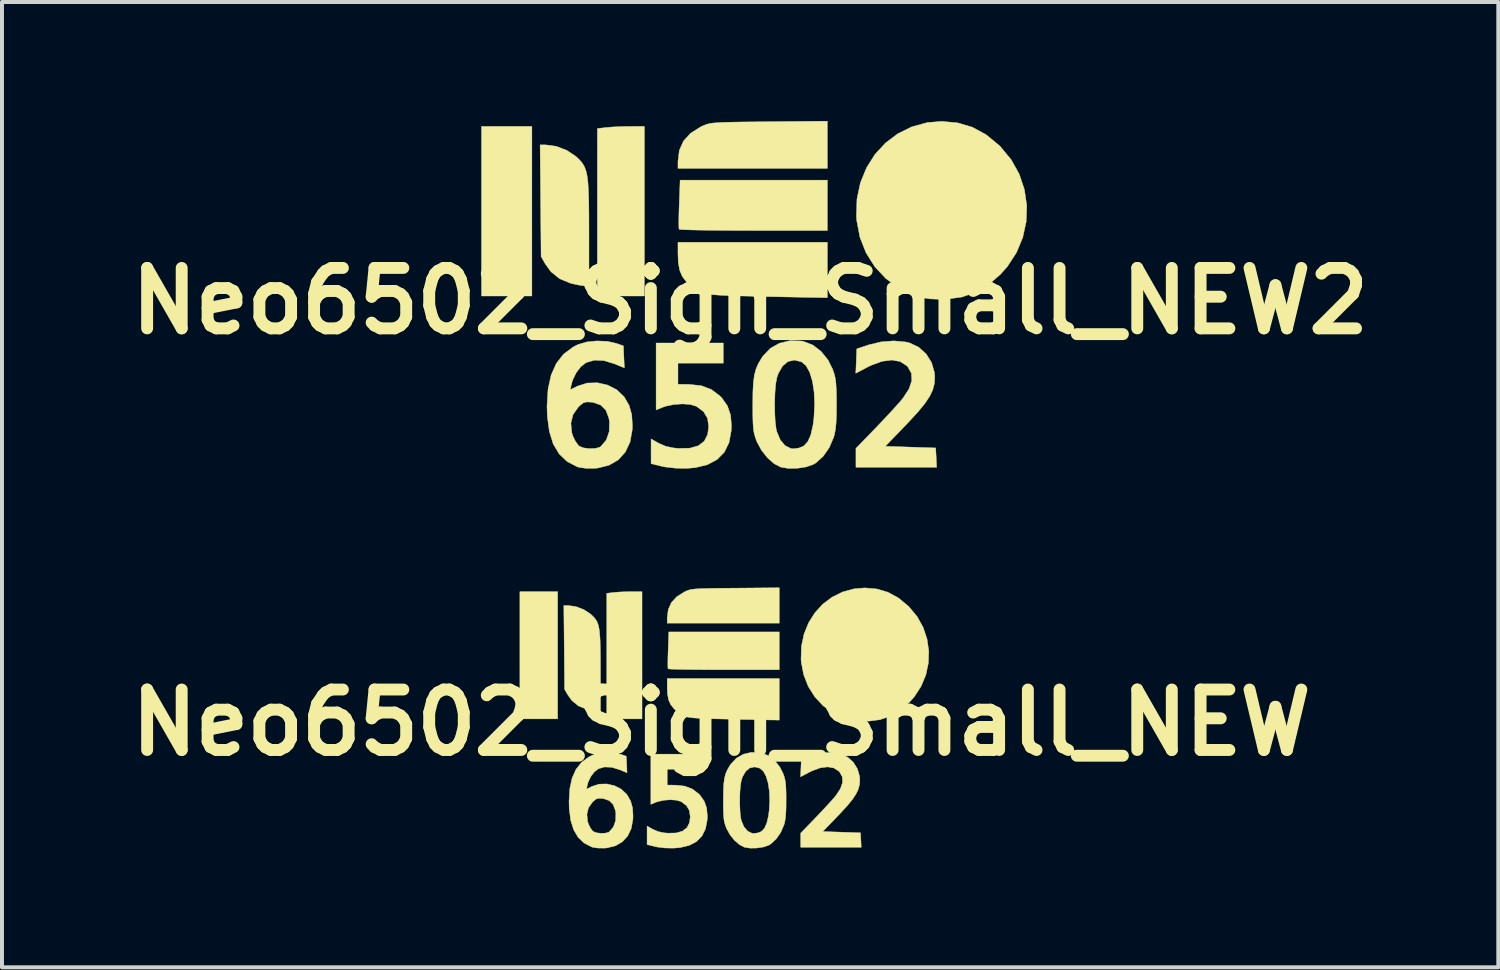
<source format=kicad_pcb>
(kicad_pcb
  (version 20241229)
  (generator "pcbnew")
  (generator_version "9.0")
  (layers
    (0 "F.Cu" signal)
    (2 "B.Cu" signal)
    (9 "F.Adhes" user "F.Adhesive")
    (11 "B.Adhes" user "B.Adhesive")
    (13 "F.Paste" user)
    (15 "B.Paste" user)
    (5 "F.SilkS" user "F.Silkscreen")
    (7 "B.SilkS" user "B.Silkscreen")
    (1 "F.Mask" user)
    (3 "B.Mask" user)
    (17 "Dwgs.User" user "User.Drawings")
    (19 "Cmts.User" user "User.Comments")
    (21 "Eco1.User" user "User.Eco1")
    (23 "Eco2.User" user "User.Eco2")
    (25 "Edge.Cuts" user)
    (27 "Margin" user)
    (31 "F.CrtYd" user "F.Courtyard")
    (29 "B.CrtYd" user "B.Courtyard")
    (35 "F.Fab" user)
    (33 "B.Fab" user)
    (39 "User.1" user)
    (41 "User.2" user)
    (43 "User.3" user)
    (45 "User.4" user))
  (footprint "Neo6502_Sign_Small_NEW2"
    (layer "F.Cu")
    (at 15.864 4.54)
    (property "Reference" "Neo6502_Sign_Small_NEW2" (at 0 0 0) (layer "F.SilkS") (effects (font (size 1.524 1.524) (thickness 0.3))))
    (attr through_hole)
    (fp_poly (pts (xy -5.503 -0.127) (xy -6.773 -0.127) (xy -6.773 -4.403) (xy -5.503 -4.403) (xy -5.503 -0.127)) (stroke (width 0.01) (type solid)) (fill yes) (layer "F.SilkS"))
    (fp_poly (pts (xy -2.667 -0.127) (xy -3.852 -0.127) (xy -3.852 -4.349) (xy -3.63 -4.375) (xy -3.479 -4.388) (xy -3.282 -4.398) (xy -3.076 -4.402) (xy -3.037 -4.402) (xy -2.667 -4.403) (xy -2.667 -0.127)) (stroke (width 0.01) (type solid)) (fill yes) (layer "F.SilkS"))
    (fp_poly (pts (xy 1.947 -1.778) (xy 0.087 -1.778) (xy -0.301 -1.779) (xy -0.663 -1.781) (xy -0.99 -1.784) (xy -1.272 -1.788) (xy -1.502 -1.793) (xy -1.671 -1.799) (xy -1.769 -1.805) (xy -1.792 -1.81) (xy -1.797 -1.861) (xy -1.799 -1.982) (xy -1.797 -2.154) (xy -1.791 -2.363) (xy -1.788 -2.445) (xy -1.766 -3.048) (xy 1.947 -3.048) (xy 1.947 -1.778)) (stroke (width 0.01) (type solid)) (fill yes) (layer "F.SilkS"))
    (fp_poly (pts (xy 1.947 -3.344) (xy -1.82 -3.344) (xy -1.82 -3.524) (xy -1.785 -3.802) (xy -1.679 -4.037) (xy -1.499 -4.233) (xy -1.244 -4.394) (xy -1.206 -4.411) (xy -1.147 -4.437) (xy -1.089 -4.458) (xy -1.021 -4.475) (xy -0.934 -4.488) (xy -0.819 -4.497) (xy -0.666 -4.505) (xy -0.465 -4.51) (xy -0.208 -4.515) (xy 0.116 -4.518) (xy 0.476 -4.522) (xy 1.947 -4.535) (xy 1.947 -3.344)) (stroke (width 0.01) (type solid)) (fill yes) (layer "F.SilkS"))
    (fp_poly (pts (xy 1.947 -0.085) (xy 1.429 -0.093) (xy 1.23 -0.097) (xy 0.968 -0.102) (xy 0.663 -0.108) (xy 0.336 -0.115) (xy 0.008 -0.123) (xy -0.106 -0.125) (xy -0.456 -0.134) (xy -0.733 -0.145) (xy -0.949 -0.161) (xy -1.117 -0.184) (xy -1.247 -0.217) (xy -1.351 -0.264) (xy -1.443 -0.326) (xy -1.532 -0.407) (xy -1.599 -0.475) (xy -1.708 -0.615) (xy -1.777 -0.775) (xy -1.812 -0.976) (xy -1.82 -1.196) (xy -1.82 -1.482) (xy 1.947 -1.482) (xy 1.947 -0.085)) (stroke (width 0.01) (type solid)) (fill yes) (layer "F.SilkS"))
    (fp_poly (pts (xy -4.888 -3.901) (xy -4.624 -3.8) (xy -4.398 -3.65) (xy -4.378 -3.632) (xy -4.298 -3.555) (xy -4.232 -3.478) (xy -4.181 -3.393) (xy -4.141 -3.289) (xy -4.111 -3.159) (xy -4.09 -2.992) (xy -4.077 -2.778) (xy -4.069 -2.51) (xy -4.065 -2.176) (xy -4.064 -1.769) (xy -4.064 -1.707) (xy -4.064 -0.381) (xy -4.18 -0.384) (xy -4.287 -0.396) (xy -4.435 -0.426) (xy -4.53 -0.449) (xy -4.804 -0.562) (xy -5.024 -0.74) (xy -5.165 -0.935) (xy -5.271 -1.122) (xy -5.283 -2.529) (xy -5.296 -3.937) (xy -5.153 -3.937) (xy -4.888 -3.901)) (stroke (width 0.01) (type solid)) (fill yes) (layer "F.SilkS"))
    (fp_poly (pts (xy 5.231 -4.493) (xy 5.603 -4.383) (xy 5.949 -4.195) (xy 6.276 -3.926) (xy 6.308 -3.895) (xy 6.582 -3.564) (xy 6.785 -3.199) (xy 6.915 -2.811) (xy 6.974 -2.408) (xy 6.96 -2.003) (xy 6.874 -1.604) (xy 6.716 -1.223) (xy 6.486 -0.87) (xy 6.311 -0.673) (xy 6.002 -0.406) (xy 5.681 -0.217) (xy 5.331 -0.099) (xy 4.939 -0.047) (xy 4.784 -0.044) (xy 4.527 -0.055) (xy 4.309 -0.092) (xy 4.144 -0.143) (xy 3.759 -0.322) (xy 3.423 -0.566) (xy 3.142 -0.866) (xy 2.922 -1.216) (xy 2.768 -1.607) (xy 2.687 -2.031) (xy 2.679 -2.138) (xy 2.693 -2.573) (xy 2.78 -2.982) (xy 2.933 -3.358) (xy 3.145 -3.695) (xy 3.411 -3.984) (xy 3.723 -4.219) (xy 4.076 -4.393) (xy 4.463 -4.499) (xy 4.826 -4.53) (xy 5.231 -4.493)) (stroke (width 0.01) (type solid)) (fill yes) (layer "F.SilkS"))
    (fp_poly (pts (xy 3.92 1.032) (xy 4.012 1.053) (xy 4.245 1.161) (xy 4.436 1.332) (xy 4.574 1.551) (xy 4.647 1.803) (xy 4.655 1.926) (xy 4.644 2.087) (xy 4.603 2.241) (xy 4.527 2.402) (xy 4.409 2.579) (xy 4.242 2.784) (xy 4.018 3.028) (xy 3.928 3.123) (xy 3.408 3.662) (xy 4.043 3.683) (xy 4.678 3.704) (xy 4.691 3.948) (xy 4.703 4.191) (xy 2.667 4.191) (xy 2.667 3.715) (xy 3.177 3.188) (xy 3.359 2.997) (xy 3.534 2.81) (xy 3.687 2.642) (xy 3.804 2.509) (xy 3.853 2.45) (xy 4.005 2.217) (xy 4.076 2.008) (xy 4.066 1.822) (xy 3.975 1.66) (xy 3.95 1.634) (xy 3.785 1.526) (xy 3.576 1.488) (xy 3.33 1.519) (xy 3.051 1.62) (xy 2.938 1.676) (xy 2.663 1.822) (xy 2.676 1.514) (xy 2.688 1.206) (xy 2.985 1.106) (xy 3.298 1.03) (xy 3.62 1.005) (xy 3.92 1.032)) (stroke (width 0.01) (type solid)) (fill yes) (layer "F.SilkS"))
    (fp_poly (pts (xy -0.677 1.566) (xy -1.82 1.566) (xy -1.82 2.099) (xy -1.534 2.102) (xy -1.23 2.135) (xy -0.975 2.232) (xy -0.758 2.397) (xy -0.711 2.446) (xy -0.573 2.644) (xy -0.494 2.871) (xy -0.471 3.143) (xy -0.477 3.271) (xy -0.532 3.568) (xy -0.651 3.811) (xy -0.834 3.997) (xy -1.08 4.128) (xy -1.388 4.202) (xy -1.601 4.219) (xy -1.884 4.214) (xy -2.143 4.184) (xy -2.233 4.166) (xy -2.498 4.1) (xy -2.498 3.477) (xy -2.302 3.587) (xy -2.131 3.662) (xy -1.933 3.704) (xy -1.8 3.716) (xy -1.522 3.71) (xy -1.309 3.65) (xy -1.159 3.536) (xy -1.072 3.366) (xy -1.045 3.169) (xy -1.074 2.957) (xy -1.173 2.791) (xy -1.346 2.66) (xy -1.358 2.654) (xy -1.507 2.608) (xy -1.705 2.594) (xy -1.922 2.609) (xy -2.129 2.652) (xy -2.217 2.683) (xy -2.371 2.747) (xy -2.371 1.058) (xy -0.677 1.058) (xy -0.677 1.566)) (stroke (width 0.01) (type solid)) (fill yes) (layer "F.SilkS"))
    (fp_poly (pts (xy -3.599 1.017) (xy -3.368 1.069) (xy -3.365 1.07) (xy -3.196 1.13) (xy -3.184 1.408) (xy -3.171 1.685) (xy -3.417 1.585) (xy -3.689 1.501) (xy -3.927 1.491) (xy -4.133 1.551) (xy -4.265 1.65) (xy -4.385 1.807) (xy -4.476 1.994) (xy -4.507 2.102) (xy -4.535 2.235) (xy -4.352 2.145) (xy -4.109 2.068) (xy -3.85 2.061) (xy -3.596 2.118) (xy -3.367 2.235) (xy -3.185 2.407) (xy -3.171 2.425) (xy -3.051 2.634) (xy -2.986 2.863) (xy -2.969 3.137) (xy -2.973 3.249) (xy -3.028 3.555) (xy -3.147 3.808) (xy -3.326 4.006) (xy -3.561 4.141) (xy -3.847 4.212) (xy -3.926 4.218) (xy -4.143 4.218) (xy -4.32 4.192) (xy -4.365 4.178) (xy -4.617 4.045) (xy -4.816 3.855) (xy -4.965 3.604) (xy -5.063 3.288) (xy -5.091 3.079) (xy -4.52 3.079) (xy -4.498 3.315) (xy -4.468 3.41) (xy -4.405 3.538) (xy -4.332 3.638) (xy -4.305 3.662) (xy -4.198 3.703) (xy -4.053 3.721) (xy -3.905 3.716) (xy -3.791 3.686) (xy -3.768 3.671) (xy -3.628 3.505) (xy -3.554 3.293) (xy -3.547 3.047) (xy -3.564 2.946) (xy -3.638 2.753) (xy -3.767 2.624) (xy -3.954 2.557) (xy -3.997 2.551) (xy -4.121 2.544) (xy -4.206 2.567) (xy -4.293 2.635) (xy -4.334 2.675) (xy -4.465 2.862) (xy -4.52 3.079) (xy -5.091 3.079) (xy -5.114 2.907) (xy -5.122 2.648) (xy -5.096 2.225) (xy -5.018 1.868) (xy -4.888 1.573) (xy -4.702 1.337) (xy -4.46 1.157) (xy -4.339 1.096) (xy -4.12 1.032) (xy -3.862 1.006) (xy -3.599 1.017)) (stroke (width 0.01) (type solid)) (fill yes) (layer "F.SilkS"))
    (fp_poly (pts (xy 1.291 1.008) (xy 1.344 1.018) (xy 1.578 1.108) (xy 1.789 1.27) (xy 1.966 1.491) (xy 2.077 1.714) (xy 2.117 1.827) (xy 2.145 1.937) (xy 2.162 2.063) (xy 2.172 2.225) (xy 2.177 2.442) (xy 2.178 2.582) (xy 2.176 2.864) (xy 2.167 3.079) (xy 2.149 3.247) (xy 2.121 3.385) (xy 2.106 3.437) (xy 1.995 3.695) (xy 1.841 3.916) (xy 1.657 4.081) (xy 1.588 4.122) (xy 1.412 4.183) (xy 1.192 4.217) (xy 0.967 4.22) (xy 0.775 4.189) (xy 0.772 4.188) (xy 0.607 4.103) (xy 0.44 3.956) (xy 0.29 3.769) (xy 0.176 3.561) (xy 0.165 3.535) (xy 0.127 3.43) (xy 0.1 3.331) (xy 0.082 3.219) (xy 0.072 3.078) (xy 0.067 2.889) (xy 0.066 2.634) (xy 0.066 2.603) (xy 0.067 2.54) (xy 0.618 2.54) (xy 0.62 2.79) (xy 0.631 3.021) (xy 0.653 3.209) (xy 0.67 3.289) (xy 0.759 3.501) (xy 0.881 3.646) (xy 1.029 3.719) (xy 1.095 3.725) (xy 1.229 3.706) (xy 1.344 3.66) (xy 1.35 3.656) (xy 1.452 3.547) (xy 1.529 3.376) (xy 1.584 3.134) (xy 1.608 2.946) (xy 1.626 2.611) (xy 1.613 2.3) (xy 1.571 2.025) (xy 1.502 1.798) (xy 1.409 1.63) (xy 1.294 1.533) (xy 1.293 1.532) (xy 1.114 1.489) (xy 0.954 1.525) (xy 0.818 1.638) (xy 0.711 1.824) (xy 0.673 1.935) (xy 0.645 2.087) (xy 0.627 2.297) (xy 0.618 2.54) (xy 0.067 2.54) (xy 0.069 2.298) (xy 0.081 2.06) (xy 0.106 1.872) (xy 0.146 1.718) (xy 0.205 1.58) (xy 0.288 1.441) (xy 0.325 1.386) (xy 0.508 1.193) (xy 0.739 1.063) (xy 1.005 1) (xy 1.291 1.008)) (stroke (width 0.01) (type solid)) (fill yes) (layer "F.SilkS")))
  (footprint "Neo6502_Sign_Small_NEW"
    (layer "F.Cu")
    (at 15.138 15.17)
    (property "Reference" "Neo6502_Sign_Small_NEW" (at 0 0 0) (layer "F.SilkS") (effects (font (size 1.524 1.524) (thickness 0.3))))
    (attr through_hole)
    (fp_poly (pts (xy -4.128 -0.095) (xy -5.08 -0.095) (xy -5.08 -3.302) (xy -4.128 -3.302) (xy -4.128 -0.095)) (stroke (width 0.01) (type solid)) (fill yes) (layer "F.SilkS"))
    (fp_poly (pts (xy -2 -0.095) (xy -2.889 -0.095) (xy -2.889 -3.261) (xy -2.723 -3.281) (xy -2.61 -3.291) (xy -2.462 -3.298) (xy -2.307 -3.302) (xy -2.278 -3.302) (xy -2 -3.302) (xy -2 -0.095)) (stroke (width 0.01) (type solid)) (fill yes) (layer "F.SilkS"))
    (fp_poly (pts (xy 1.46 -1.333) (xy 0.065 -1.333) (xy -0.226 -1.334) (xy -0.497 -1.336) (xy -0.742 -1.338) (xy -0.954 -1.341) (xy -1.127 -1.345) (xy -1.253 -1.349) (xy -1.327 -1.354) (xy -1.344 -1.357) (xy -1.348 -1.396) (xy -1.349 -1.486) (xy -1.348 -1.616) (xy -1.343 -1.772) (xy -1.341 -1.834) (xy -1.325 -2.286) (xy 1.46 -2.286) (xy 1.46 -1.333)) (stroke (width 0.01) (type solid)) (fill yes) (layer "F.SilkS"))
    (fp_poly (pts (xy 1.46 -2.508) (xy -1.365 -2.508) (xy -1.365 -2.643) (xy -1.339 -2.851) (xy -1.259 -3.028) (xy -1.124 -3.175) (xy -0.933 -3.295) (xy -0.905 -3.308) (xy -0.861 -3.328) (xy -0.817 -3.344) (xy -0.766 -3.356) (xy -0.7 -3.366) (xy -0.614 -3.373) (xy -0.499 -3.379) (xy -0.349 -3.383) (xy -0.156 -3.386) (xy 0.087 -3.389) (xy 0.357 -3.391) (xy 1.46 -3.401) (xy 1.46 -2.508)) (stroke (width 0.01) (type solid)) (fill yes) (layer "F.SilkS"))
    (fp_poly (pts (xy 1.46 -0.064) (xy 1.072 -0.07) (xy 0.923 -0.073) (xy 0.726 -0.077) (xy 0.497 -0.081) (xy 0.252 -0.087) (xy 0.006 -0.092) (xy -0.079 -0.094) (xy -0.342 -0.101) (xy -0.55 -0.109) (xy -0.712 -0.12) (xy -0.838 -0.138) (xy -0.935 -0.163) (xy -1.014 -0.198) (xy -1.082 -0.245) (xy -1.149 -0.306) (xy -1.199 -0.356) (xy -1.281 -0.461) (xy -1.333 -0.581) (xy -1.359 -0.732) (xy -1.365 -0.897) (xy -1.365 -1.111) (xy 1.46 -1.111) (xy 1.46 -0.064)) (stroke (width 0.01) (type solid)) (fill yes) (layer "F.SilkS"))
    (fp_poly (pts (xy -3.865 -2.953) (xy -3.666 -2.925) (xy -3.468 -2.85) (xy -3.298 -2.738) (xy -3.283 -2.724) (xy -3.223 -2.666) (xy -3.174 -2.609) (xy -3.135 -2.545) (xy -3.106 -2.467) (xy -3.083 -2.369) (xy -3.068 -2.244) (xy -3.057 -2.084) (xy -3.052 -1.882) (xy -3.049 -1.632) (xy -3.048 -1.327) (xy -3.048 -1.28) (xy -3.048 -0.286) (xy -3.135 -0.288) (xy -3.216 -0.297) (xy -3.326 -0.319) (xy -3.397 -0.337) (xy -3.603 -0.421) (xy -3.768 -0.555) (xy -3.873 -0.701) (xy -3.953 -0.841) (xy -3.962 -1.897) (xy -3.972 -2.953) (xy -3.865 -2.953)) (stroke (width 0.01) (type solid)) (fill yes) (layer "F.SilkS"))
    (fp_poly (pts (xy 3.923 -3.37) (xy 4.202 -3.287) (xy 4.462 -3.146) (xy 4.707 -2.944) (xy 4.731 -2.921) (xy 4.937 -2.673) (xy 5.089 -2.399) (xy 5.186 -2.108) (xy 5.23 -1.806) (xy 5.22 -1.502) (xy 5.156 -1.203) (xy 5.037 -0.917) (xy 4.865 -0.652) (xy 4.733 -0.505) (xy 4.502 -0.304) (xy 4.26 -0.162) (xy 3.998 -0.074) (xy 3.704 -0.036) (xy 3.588 -0.033) (xy 3.395 -0.041) (xy 3.232 -0.069) (xy 3.108 -0.107) (xy 2.819 -0.241) (xy 2.567 -0.424) (xy 2.356 -0.65) (xy 2.191 -0.912) (xy 2.076 -1.205) (xy 2.015 -1.523) (xy 2.009 -1.603) (xy 2.02 -1.93) (xy 2.085 -2.236) (xy 2.2 -2.519) (xy 2.359 -2.771) (xy 2.558 -2.988) (xy 2.792 -3.164) (xy 3.057 -3.295) (xy 3.347 -3.374) (xy 3.619 -3.397) (xy 3.923 -3.37)) (stroke (width 0.01) (type solid)) (fill yes) (layer "F.SilkS"))
    (fp_poly (pts (xy 2.94 0.774) (xy 3.009 0.79) (xy 3.184 0.871) (xy 3.327 0.999) (xy 3.43 1.163) (xy 3.485 1.353) (xy 3.491 1.445) (xy 3.483 1.565) (xy 3.452 1.681) (xy 3.395 1.801) (xy 3.307 1.934) (xy 3.181 2.088) (xy 3.014 2.271) (xy 2.946 2.342) (xy 2.556 2.746) (xy 3.508 2.778) (xy 3.518 2.961) (xy 3.527 3.143) (xy 2 3.143) (xy 2 2.786) (xy 2.383 2.391) (xy 2.519 2.247) (xy 2.65 2.107) (xy 2.765 1.981) (xy 2.853 1.882) (xy 2.889 1.837) (xy 3.004 1.663) (xy 3.057 1.506) (xy 3.05 1.367) (xy 2.981 1.245) (xy 2.963 1.225) (xy 2.838 1.144) (xy 2.682 1.116) (xy 2.497 1.139) (xy 2.288 1.215) (xy 2.204 1.257) (xy 1.997 1.366) (xy 2.007 1.136) (xy 2.016 0.905) (xy 2.238 0.83) (xy 2.473 0.773) (xy 2.715 0.754) (xy 2.94 0.774)) (stroke (width 0.01) (type solid)) (fill yes) (layer "F.SilkS"))
    (fp_poly (pts (xy -0.508 1.175) (xy -1.365 1.175) (xy -1.365 1.574) (xy -1.15 1.576) (xy -0.922 1.601) (xy -0.731 1.674) (xy -0.568 1.798) (xy -0.534 1.835) (xy -0.43 1.983) (xy -0.371 2.153) (xy -0.353 2.357) (xy -0.357 2.453) (xy -0.399 2.676) (xy -0.488 2.858) (xy -0.625 2.998) (xy -0.81 3.096) (xy -1.041 3.151) (xy -1.201 3.164) (xy -1.413 3.161) (xy -1.607 3.138) (xy -1.675 3.124) (xy -1.873 3.075) (xy -1.873 2.608) (xy -1.726 2.69) (xy -1.598 2.746) (xy -1.45 2.778) (xy -1.35 2.787) (xy -1.142 2.782) (xy -0.982 2.737) (xy -0.869 2.652) (xy -0.804 2.524) (xy -0.784 2.376) (xy -0.806 2.218) (xy -0.879 2.093) (xy -1.009 1.995) (xy -1.018 1.99) (xy -1.13 1.956) (xy -1.279 1.945) (xy -1.441 1.956) (xy -1.597 1.989) (xy -1.663 2.012) (xy -1.778 2.061) (xy -1.778 0.794) (xy -0.508 0.794) (xy -0.508 1.175)) (stroke (width 0.01) (type solid)) (fill yes) (layer "F.SilkS"))
    (fp_poly (pts (xy -2.699 0.763) (xy -2.526 0.802) (xy -2.524 0.802) (xy -2.397 0.848) (xy -2.378 1.264) (xy -2.562 1.188) (xy -2.766 1.126) (xy -2.945 1.118) (xy -3.1 1.163) (xy -3.198 1.238) (xy -3.289 1.355) (xy -3.357 1.495) (xy -3.38 1.576) (xy -3.401 1.677) (xy -3.264 1.609) (xy -3.082 1.551) (xy -2.888 1.546) (xy -2.697 1.589) (xy -2.526 1.676) (xy -2.389 1.805) (xy -2.378 1.819) (xy -2.288 1.975) (xy -2.239 2.148) (xy -2.227 2.353) (xy -2.23 2.436) (xy -2.271 2.666) (xy -2.36 2.856) (xy -2.495 3.004) (xy -2.671 3.106) (xy -2.885 3.159) (xy -2.944 3.164) (xy -3.107 3.163) (xy -3.24 3.144) (xy -3.274 3.133) (xy -3.463 3.034) (xy -3.612 2.891) (xy -3.723 2.703) (xy -3.798 2.466) (xy -3.818 2.309) (xy -3.39 2.309) (xy -3.373 2.487) (xy -3.351 2.557) (xy -3.304 2.653) (xy -3.249 2.728) (xy -3.229 2.746) (xy -3.149 2.777) (xy -3.04 2.791) (xy -2.929 2.787) (xy -2.843 2.764) (xy -2.826 2.753) (xy -2.721 2.629) (xy -2.665 2.47) (xy -2.66 2.286) (xy -2.673 2.209) (xy -2.729 2.065) (xy -2.825 1.968) (xy -2.965 1.918) (xy -2.998 1.913) (xy -3.09 1.908) (xy -3.155 1.925) (xy -3.22 1.976) (xy -3.251 2.006) (xy -3.349 2.146) (xy -3.39 2.309) (xy -3.818 2.309) (xy -3.836 2.18) (xy -3.841 1.986) (xy -3.822 1.669) (xy -3.764 1.401) (xy -3.666 1.18) (xy -3.526 1.003) (xy -3.345 0.868) (xy -3.254 0.822) (xy -3.09 0.774) (xy -2.896 0.754) (xy -2.699 0.763)) (stroke (width 0.01) (type solid)) (fill yes) (layer "F.SilkS"))
    (fp_poly (pts (xy 0.968 0.756) (xy 1.008 0.764) (xy 1.183 0.831) (xy 1.342 0.953) (xy 1.474 1.119) (xy 1.558 1.286) (xy 1.588 1.371) (xy 1.608 1.453) (xy 1.622 1.547) (xy 1.629 1.669) (xy 1.633 1.831) (xy 1.633 1.937) (xy 1.632 2.148) (xy 1.625 2.31) (xy 1.612 2.435) (xy 1.591 2.538) (xy 1.579 2.578) (xy 1.496 2.771) (xy 1.38 2.937) (xy 1.243 3.061) (xy 1.191 3.092) (xy 1.059 3.137) (xy 0.894 3.162) (xy 0.725 3.165) (xy 0.581 3.142) (xy 0.579 3.141) (xy 0.456 3.077) (xy 0.33 2.967) (xy 0.218 2.826) (xy 0.132 2.671) (xy 0.124 2.651) (xy 0.095 2.573) (xy 0.075 2.498) (xy 0.062 2.415) (xy 0.054 2.308) (xy 0.05 2.166) (xy 0.049 1.976) (xy 0.049 1.953) (xy 0.05 1.905) (xy 0.464 1.905) (xy 0.465 2.092) (xy 0.473 2.266) (xy 0.489 2.407) (xy 0.503 2.467) (xy 0.569 2.626) (xy 0.661 2.735) (xy 0.772 2.789) (xy 0.821 2.794) (xy 0.922 2.78) (xy 1.008 2.745) (xy 1.012 2.742) (xy 1.089 2.66) (xy 1.146 2.532) (xy 1.188 2.351) (xy 1.206 2.21) (xy 1.22 1.958) (xy 1.21 1.725) (xy 1.178 1.519) (xy 1.126 1.349) (xy 1.057 1.223) (xy 0.971 1.15) (xy 0.969 1.149) (xy 0.835 1.117) (xy 0.715 1.144) (xy 0.613 1.229) (xy 0.533 1.368) (xy 0.505 1.451) (xy 0.484 1.565) (xy 0.47 1.723) (xy 0.464 1.905) (xy 0.05 1.905) (xy 0.052 1.723) (xy 0.061 1.545) (xy 0.079 1.404) (xy 0.109 1.288) (xy 0.154 1.185) (xy 0.216 1.081) (xy 0.244 1.04) (xy 0.381 0.895) (xy 0.554 0.797) (xy 0.754 0.75) (xy 0.968 0.756)) (stroke (width 0.01) (type solid)) (fill yes) (layer "F.SilkS")))
  (gr_rect
    (start -3 -3)
    (end 34.728 21.34)
    (stroke (width 0.1) (type default))
    (fill no)
    (layer "Edge.Cuts")))
</source>
